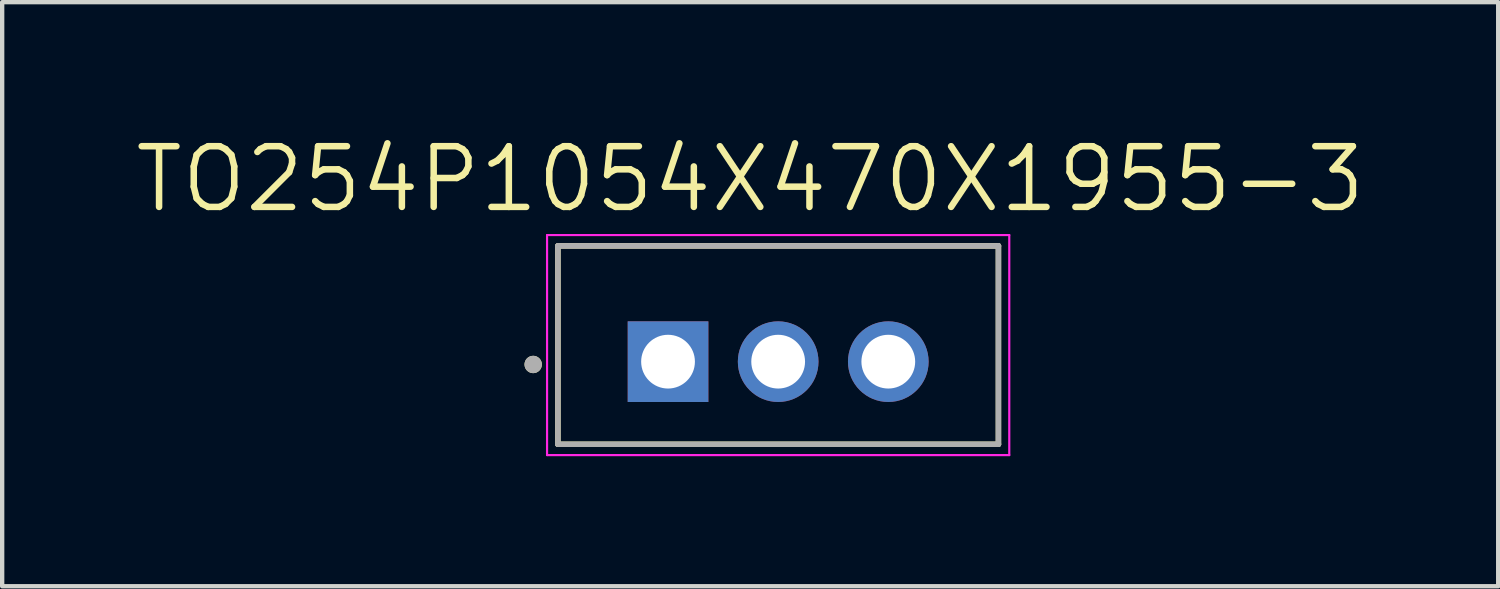
<source format=kicad_pcb>
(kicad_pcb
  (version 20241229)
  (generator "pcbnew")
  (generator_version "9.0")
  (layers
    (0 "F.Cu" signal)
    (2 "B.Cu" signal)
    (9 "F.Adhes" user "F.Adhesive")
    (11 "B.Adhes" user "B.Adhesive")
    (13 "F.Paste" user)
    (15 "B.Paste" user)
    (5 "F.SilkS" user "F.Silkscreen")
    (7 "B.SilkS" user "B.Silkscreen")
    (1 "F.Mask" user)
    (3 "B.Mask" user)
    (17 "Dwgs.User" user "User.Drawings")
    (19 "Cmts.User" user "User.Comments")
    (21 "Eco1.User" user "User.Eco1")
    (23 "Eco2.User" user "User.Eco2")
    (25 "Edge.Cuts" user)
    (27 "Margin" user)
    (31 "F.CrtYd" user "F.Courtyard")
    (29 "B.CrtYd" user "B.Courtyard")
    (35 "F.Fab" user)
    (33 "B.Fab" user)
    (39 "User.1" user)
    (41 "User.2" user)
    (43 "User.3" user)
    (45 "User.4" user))
  (footprint "TO254P1054X470X1955-3"
    (layer "F.Cu")
    (at 14.897 5.291)
    (property "Reference" "TO254P1054X470X1955-3" (at -0.645 -4.209 0) (layer "F.SilkS") (effects (font (size 1.4 1.4) (thickness 0.15))))
    (attr through_hole)
    (fp_line (start -5.08 -2.67) (end -5.08 1.905) (stroke (width 0.127) (type solid)) (layer "F.SilkS"))
    (fp_line (start -5.08 1.905) (end 5.08 1.905) (stroke (width 0.127) (type solid)) (layer "F.SilkS"))
    (fp_line (start 5.08 -2.67) (end -5.08 -2.67) (stroke (width 0.127) (type solid)) (layer "F.SilkS"))
    (fp_line (start 5.08 1.905) (end 5.08 -2.67) (stroke (width 0.127) (type solid)) (layer "F.SilkS"))
    (fp_circle (center -5.65 0.065) (end -5.55 0.065) (stroke (width 0.2) (type solid)) (fill no) (layer "F.SilkS"))
    (fp_line (start -5.33 -2.92) (end -5.33 2.155) (stroke (width 0.05) (type solid)) (layer "F.CrtYd"))
    (fp_line (start -5.33 2.155) (end 5.33 2.155) (stroke (width 0.05) (type solid)) (layer "F.CrtYd"))
    (fp_line (start 5.33 -2.92) (end -5.33 -2.92) (stroke (width 0.05) (type solid)) (layer "F.CrtYd"))
    (fp_line (start 5.33 2.155) (end 5.33 -2.92) (stroke (width 0.05) (type solid)) (layer "F.CrtYd"))
    (fp_line (start -5.08 -2.67) (end -5.08 1.905) (stroke (width 0.127) (type solid)) (layer "F.Fab"))
    (fp_line (start -5.08 1.905) (end 5.08 1.905) (stroke (width 0.127) (type solid)) (layer "F.Fab"))
    (fp_line (start 5.08 -2.67) (end -5.08 -2.67) (stroke (width 0.127) (type solid)) (layer "F.Fab"))
    (fp_line (start 5.08 1.905) (end 5.08 -2.67) (stroke (width 0.127) (type solid)) (layer "F.Fab"))
    (fp_circle (center -5.65 0.065) (end -5.55 0.065) (stroke (width 0.2) (type solid)) (fill no) (layer "F.Fab"))
    (pad "1" thru_hole rect (at -2.54 0) (size 1.86 1.86) (drill 1.24) (layers "*.Cu" "*.Mask"))
    (pad "2" thru_hole circle (at 0 0) (size 1.86 1.86) (drill 1.24) (layers "*.Cu" "*.Mask"))
    (pad "3" thru_hole circle (at 2.54 0) (size 1.86 1.86) (drill 1.24) (layers "*.Cu" "*.Mask")))
  (gr_rect
    (start -3 -3)
    (end 31.503 10.471)
    (stroke (width 0.1) (type default))
    (fill no)
    (layer "Edge.Cuts")))
</source>
